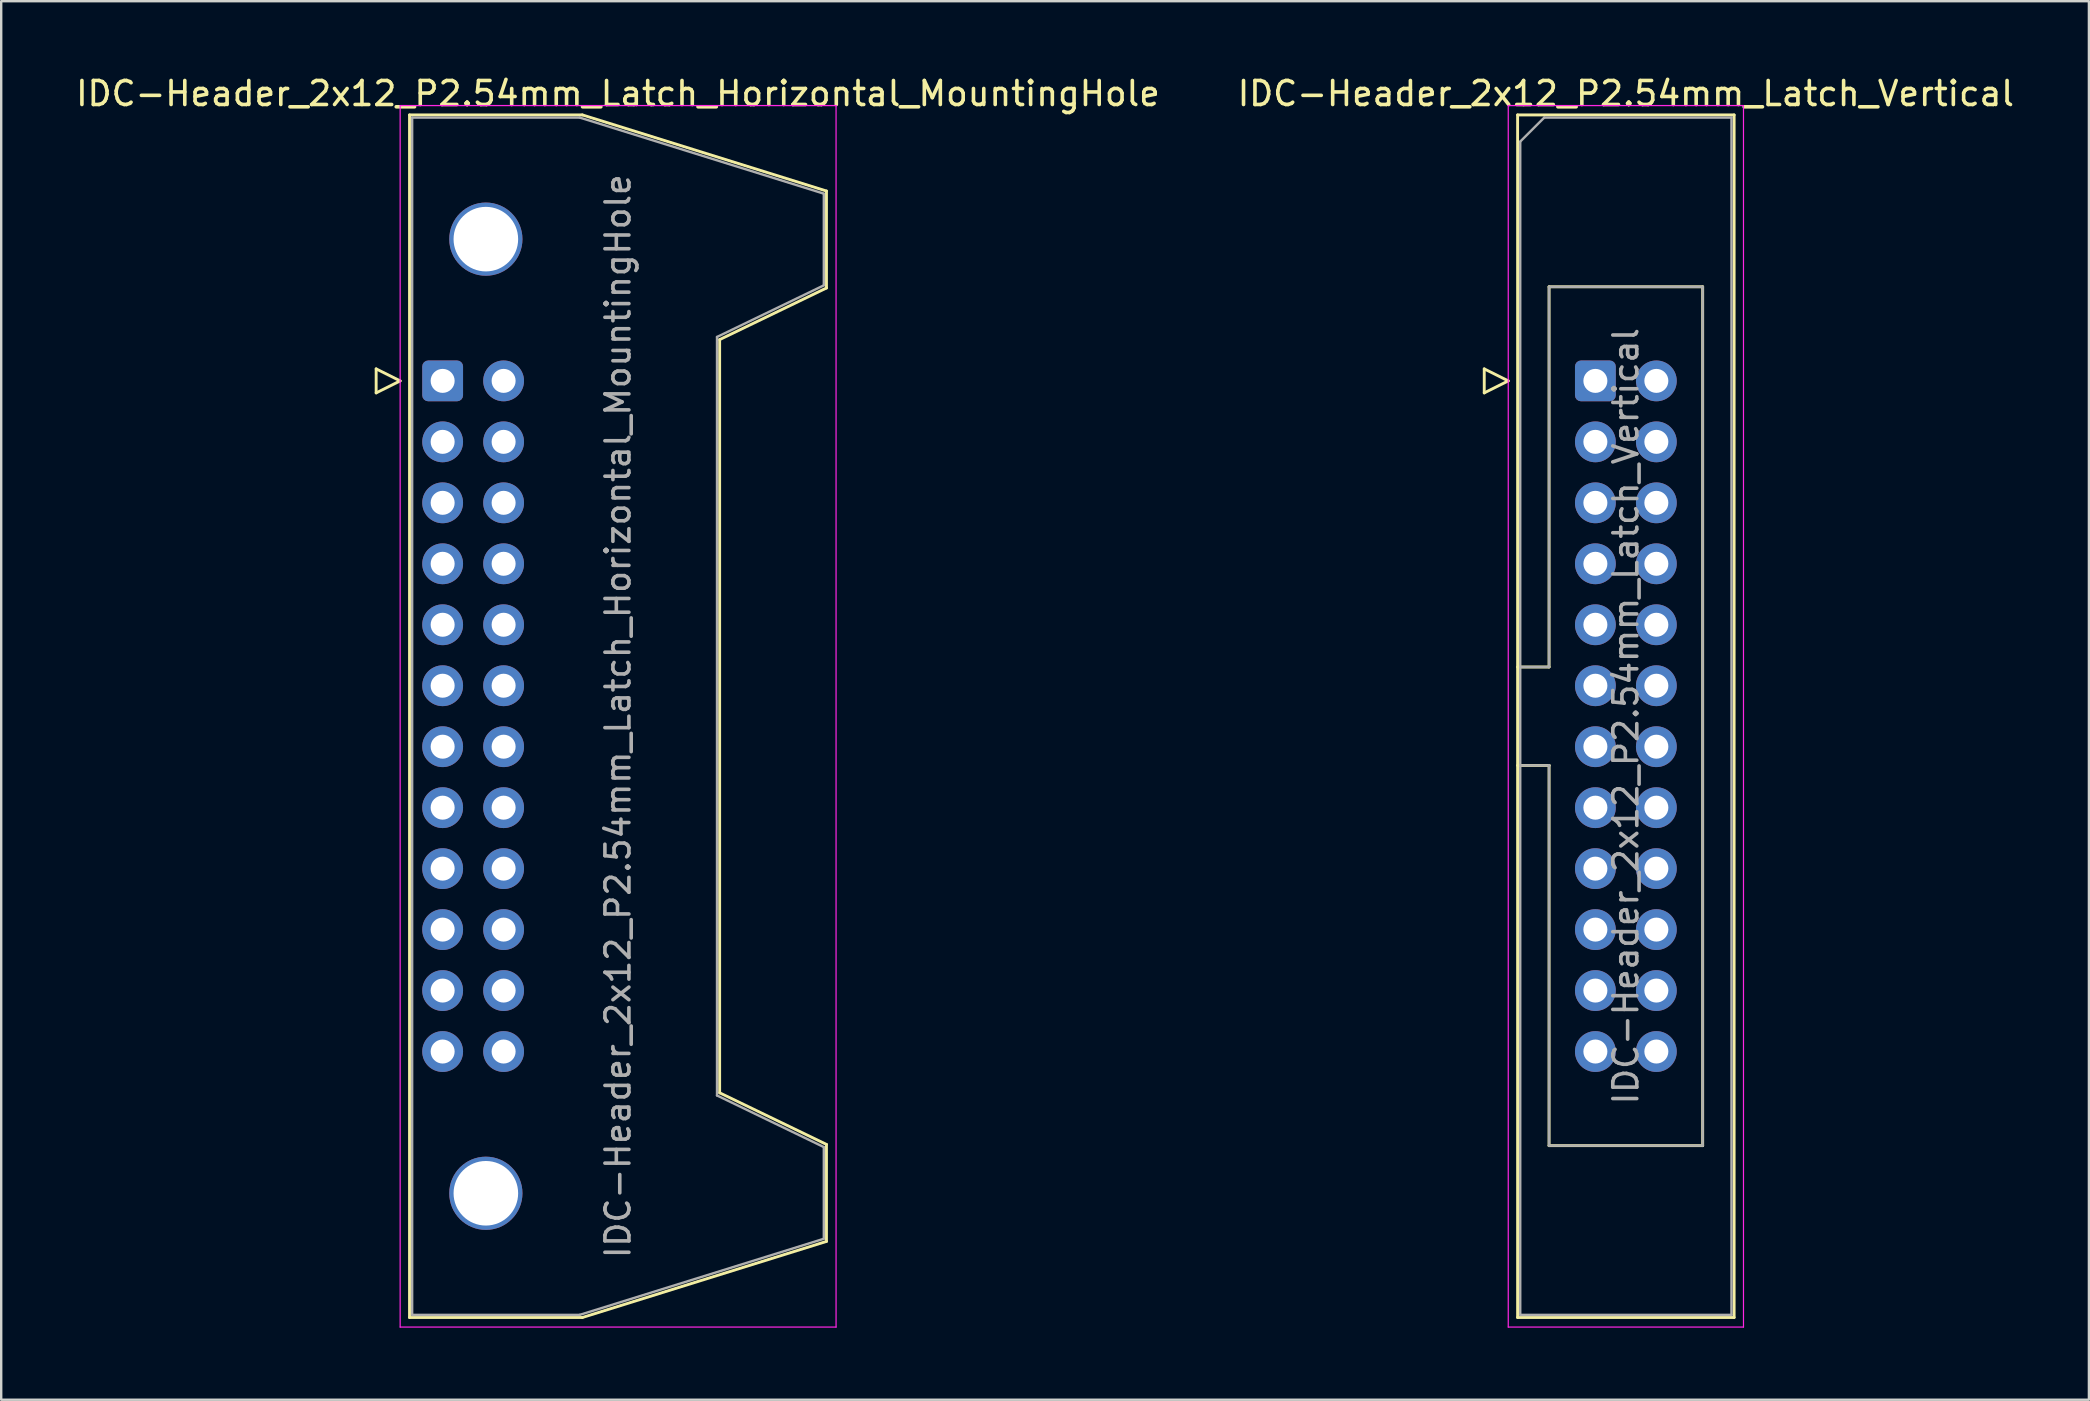
<source format=kicad_pcb>
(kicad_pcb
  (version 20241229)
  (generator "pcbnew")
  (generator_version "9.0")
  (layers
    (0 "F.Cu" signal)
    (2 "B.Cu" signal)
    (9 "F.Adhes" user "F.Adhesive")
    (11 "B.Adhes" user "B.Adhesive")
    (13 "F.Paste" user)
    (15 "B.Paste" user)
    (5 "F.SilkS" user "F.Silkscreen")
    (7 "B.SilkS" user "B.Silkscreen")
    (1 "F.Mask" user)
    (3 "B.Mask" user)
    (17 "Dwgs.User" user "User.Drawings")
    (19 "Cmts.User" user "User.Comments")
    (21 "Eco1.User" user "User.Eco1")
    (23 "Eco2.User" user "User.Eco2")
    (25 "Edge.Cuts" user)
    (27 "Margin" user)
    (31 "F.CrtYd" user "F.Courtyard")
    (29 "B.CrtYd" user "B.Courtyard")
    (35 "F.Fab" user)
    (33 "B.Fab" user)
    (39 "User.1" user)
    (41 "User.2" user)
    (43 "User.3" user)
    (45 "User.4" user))
  (footprint "IDC-Header_2x12_P2.54mm_Latch_Horizontal_MountingHole"
    (layer "F.Cu")
    (at 15.391 12.818)
    (property "Reference" "IDC-Header_2x12_P2.54mm_Latch_Horizontal_MountingHole" (at 7.305 -11.97 0) (layer "F.SilkS") (effects (font (size 1 1) (thickness 0.15))))
    (attr through_hole)
    (fp_line (start -2.77 -0.5) (end -2.77 0.5) (stroke (width 0.12) (type solid)) (layer "F.SilkS"))
    (fp_line (start -2.77 0.5) (end -1.77 0) (stroke (width 0.12) (type solid)) (layer "F.SilkS"))
    (fp_line (start -1.77 0) (end -2.77 -0.5) (stroke (width 0.12) (type solid)) (layer "F.SilkS"))
    (fp_line (start -1.38 -11.08) (end 5.82 -11.08) (stroke (width 0.12) (type solid)) (layer "F.SilkS"))
    (fp_line (start -1.38 39.02) (end -1.38 -11.08) (stroke (width 0.12) (type solid)) (layer "F.SilkS"))
    (fp_line (start 5.82 -11.08) (end 15.99 -7.91) (stroke (width 0.12) (type solid)) (layer "F.SilkS"))
    (fp_line (start 5.82 39.02) (end -1.38 39.02) (stroke (width 0.12) (type solid)) (layer "F.SilkS"))
    (fp_line (start 11.54 -1.72) (end 11.54 29.66) (stroke (width 0.12) (type solid)) (layer "F.SilkS"))
    (fp_line (start 11.54 29.66) (end 15.99 31.81) (stroke (width 0.12) (type solid)) (layer "F.SilkS"))
    (fp_line (start 15.99 -7.91) (end 15.99 -3.87) (stroke (width 0.12) (type solid)) (layer "F.SilkS"))
    (fp_line (start 15.99 -3.87) (end 11.54 -1.72) (stroke (width 0.12) (type solid)) (layer "F.SilkS"))
    (fp_line (start 15.99 31.81) (end 15.99 35.85) (stroke (width 0.12) (type solid)) (layer "F.SilkS"))
    (fp_line (start 15.99 35.85) (end 5.82 39.02) (stroke (width 0.12) (type solid)) (layer "F.SilkS"))
    (fp_line (start -1.77 -11.47) (end -1.77 39.42) (stroke (width 0.05) (type solid)) (layer "F.CrtYd"))
    (fp_line (start -1.77 39.42) (end 16.39 39.42) (stroke (width 0.05) (type solid)) (layer "F.CrtYd"))
    (fp_line (start 16.39 -11.47) (end -1.77 -11.47) (stroke (width 0.05) (type solid)) (layer "F.CrtYd"))
    (fp_line (start 16.39 39.42) (end 16.39 -11.47) (stroke (width 0.05) (type solid)) (layer "F.CrtYd"))
    (fp_line (start -1.27 -10.97) (end 5.71 -10.97) (stroke (width 0.1) (type solid)) (layer "F.Fab"))
    (fp_line (start -1.27 38.91) (end -1.27 -10.97) (stroke (width 0.1) (type solid)) (layer "F.Fab"))
    (fp_line (start 5.71 -10.97) (end 15.88 -7.8) (stroke (width 0.1) (type solid)) (layer "F.Fab"))
    (fp_line (start 5.71 38.91) (end -1.27 38.91) (stroke (width 0.1) (type solid)) (layer "F.Fab"))
    (fp_line (start 11.43 -1.83) (end 11.43 29.77) (stroke (width 0.1) (type solid)) (layer "F.Fab"))
    (fp_line (start 11.43 29.77) (end 15.88 31.92) (stroke (width 0.1) (type solid)) (layer "F.Fab"))
    (fp_line (start 15.88 -7.8) (end 15.88 -3.98) (stroke (width 0.1) (type solid)) (layer "F.Fab"))
    (fp_line (start 15.88 -3.98) (end 11.43 -1.83) (stroke (width 0.1) (type solid)) (layer "F.Fab"))
    (fp_line (start 15.88 31.92) (end 15.88 35.74) (stroke (width 0.1) (type solid)) (layer "F.Fab"))
    (fp_line (start 15.88 35.74) (end 5.71 38.91) (stroke (width 0.1) (type solid)) (layer "F.Fab"))
    (fp_text user "${REFERENCE}" (at 7.305 13.97 90) (layer "F.Fab") (effects (font (size 1 1) (thickness 0.15))))
    (pad "" thru_hole circle (at 1.8 -5.905) (size 3.05 3.05) (drill 2.69) (layers "*.Cu" "*.Mask"))
    (pad "" thru_hole circle (at 1.8 33.845) (size 3.05 3.05) (drill 2.69) (layers "*.Cu" "*.Mask"))
    (pad "1" thru_hole roundrect (at 0 0) (size 1.7 1.7) (drill 1) (layers "*.Cu" "*.Mask") (roundrect_rratio 0.147))
    (pad "2" thru_hole circle (at 2.54 0) (size 1.7 1.7) (drill 1) (layers "*.Cu" "*.Mask"))
    (pad "3" thru_hole circle (at 0 2.54) (size 1.7 1.7) (drill 1) (layers "*.Cu" "*.Mask"))
    (pad "4" thru_hole circle (at 2.54 2.54) (size 1.7 1.7) (drill 1) (layers "*.Cu" "*.Mask"))
    (pad "5" thru_hole circle (at 0 5.08) (size 1.7 1.7) (drill 1) (layers "*.Cu" "*.Mask"))
    (pad "6" thru_hole circle (at 2.54 5.08) (size 1.7 1.7) (drill 1) (layers "*.Cu" "*.Mask"))
    (pad "7" thru_hole circle (at 0 7.62) (size 1.7 1.7) (drill 1) (layers "*.Cu" "*.Mask"))
    (pad "8" thru_hole circle (at 2.54 7.62) (size 1.7 1.7) (drill 1) (layers "*.Cu" "*.Mask"))
    (pad "9" thru_hole circle (at 0 10.16) (size 1.7 1.7) (drill 1) (layers "*.Cu" "*.Mask"))
    (pad "10" thru_hole circle (at 2.54 10.16) (size 1.7 1.7) (drill 1) (layers "*.Cu" "*.Mask"))
    (pad "11" thru_hole circle (at 0 12.7) (size 1.7 1.7) (drill 1) (layers "*.Cu" "*.Mask"))
    (pad "12" thru_hole circle (at 2.54 12.7) (size 1.7 1.7) (drill 1) (layers "*.Cu" "*.Mask"))
    (pad "13" thru_hole circle (at 0 15.24) (size 1.7 1.7) (drill 1) (layers "*.Cu" "*.Mask"))
    (pad "14" thru_hole circle (at 2.54 15.24) (size 1.7 1.7) (drill 1) (layers "*.Cu" "*.Mask"))
    (pad "15" thru_hole circle (at 0 17.78) (size 1.7 1.7) (drill 1) (layers "*.Cu" "*.Mask"))
    (pad "16" thru_hole circle (at 2.54 17.78) (size 1.7 1.7) (drill 1) (layers "*.Cu" "*.Mask"))
    (pad "17" thru_hole circle (at 0 20.32) (size 1.7 1.7) (drill 1) (layers "*.Cu" "*.Mask"))
    (pad "18" thru_hole circle (at 2.54 20.32) (size 1.7 1.7) (drill 1) (layers "*.Cu" "*.Mask"))
    (pad "19" thru_hole circle (at 0 22.86) (size 1.7 1.7) (drill 1) (layers "*.Cu" "*.Mask"))
    (pad "20" thru_hole circle (at 2.54 22.86) (size 1.7 1.7) (drill 1) (layers "*.Cu" "*.Mask"))
    (pad "21" thru_hole circle (at 0 25.4) (size 1.7 1.7) (drill 1) (layers "*.Cu" "*.Mask"))
    (pad "22" thru_hole circle (at 2.54 25.4) (size 1.7 1.7) (drill 1) (layers "*.Cu" "*.Mask"))
    (pad "23" thru_hole circle (at 0 27.94) (size 1.7 1.7) (drill 1) (layers "*.Cu" "*.Mask"))
    (pad "24" thru_hole circle (at 2.54 27.94) (size 1.7 1.7) (drill 1) (layers "*.Cu" "*.Mask")))
  (footprint "IDC-Header_2x12_P2.54mm_Latch_Vertical"
    (layer "F.Cu")
    (at 63.415 12.818)
    (property "Reference" "IDC-Header_2x12_P2.54mm_Latch_Vertical" (at 1.27 -11.97 0) (layer "F.SilkS") (effects (font (size 1 1) (thickness 0.15))))
    (attr through_hole)
    (fp_line (start -4.63 -0.5) (end -4.63 0.5) (stroke (width 0.12) (type solid)) (layer "F.SilkS"))
    (fp_line (start -4.63 0.5) (end -3.63 0) (stroke (width 0.12) (type solid)) (layer "F.SilkS"))
    (fp_line (start -3.63 0) (end -4.63 -0.5) (stroke (width 0.12) (type solid)) (layer "F.SilkS"))
    (fp_line (start -3.24 -11.08) (end 5.78 -11.08) (stroke (width 0.12) (type solid)) (layer "F.SilkS"))
    (fp_line (start -3.24 11.92) (end -1.93 11.92) (stroke (width 0.12) (type solid)) (layer "F.SilkS"))
    (fp_line (start -3.24 39.02) (end -3.24 -11.08) (stroke (width 0.12) (type solid)) (layer "F.SilkS"))
    (fp_line (start -1.93 -3.92) (end 4.47 -3.92) (stroke (width 0.12) (type solid)) (layer "F.SilkS"))
    (fp_line (start -1.93 11.92) (end -1.93 -3.92) (stroke (width 0.12) (type solid)) (layer "F.SilkS"))
    (fp_line (start -1.93 16.02) (end -3.24 16.02) (stroke (width 0.12) (type solid)) (layer "F.SilkS"))
    (fp_line (start -1.93 16.02) (end -1.93 16.02) (stroke (width 0.12) (type solid)) (layer "F.SilkS"))
    (fp_line (start -1.93 31.86) (end -1.93 16.02) (stroke (width 0.12) (type solid)) (layer "F.SilkS"))
    (fp_line (start 4.47 -3.92) (end 4.47 31.86) (stroke (width 0.12) (type solid)) (layer "F.SilkS"))
    (fp_line (start 4.47 31.86) (end -1.93 31.86) (stroke (width 0.12) (type solid)) (layer "F.SilkS"))
    (fp_line (start 5.78 -11.08) (end 5.78 39.02) (stroke (width 0.12) (type solid)) (layer "F.SilkS"))
    (fp_line (start 5.78 39.02) (end -3.24 39.02) (stroke (width 0.12) (type solid)) (layer "F.SilkS"))
    (fp_line (start -3.63 -11.47) (end -3.63 39.42) (stroke (width 0.05) (type solid)) (layer "F.CrtYd"))
    (fp_line (start -3.63 39.42) (end 6.17 39.42) (stroke (width 0.05) (type solid)) (layer "F.CrtYd"))
    (fp_line (start 6.17 -11.47) (end -3.63 -11.47) (stroke (width 0.05) (type solid)) (layer "F.CrtYd"))
    (fp_line (start 6.17 39.42) (end 6.17 -11.47) (stroke (width 0.05) (type solid)) (layer "F.CrtYd"))
    (fp_line (start -3.13 -9.97) (end -2.13 -10.97) (stroke (width 0.1) (type solid)) (layer "F.Fab"))
    (fp_line (start -3.13 11.92) (end -1.93 11.92) (stroke (width 0.1) (type solid)) (layer "F.Fab"))
    (fp_line (start -3.13 38.91) (end -3.13 -9.97) (stroke (width 0.1) (type solid)) (layer "F.Fab"))
    (fp_line (start -2.13 -10.97) (end 5.67 -10.97) (stroke (width 0.1) (type solid)) (layer "F.Fab"))
    (fp_line (start -1.93 -3.92) (end 4.47 -3.92) (stroke (width 0.1) (type solid)) (layer "F.Fab"))
    (fp_line (start -1.93 11.92) (end -1.93 -3.92) (stroke (width 0.1) (type solid)) (layer "F.Fab"))
    (fp_line (start -1.93 16.02) (end -3.13 16.02) (stroke (width 0.1) (type solid)) (layer "F.Fab"))
    (fp_line (start -1.93 16.02) (end -1.93 16.02) (stroke (width 0.1) (type solid)) (layer "F.Fab"))
    (fp_line (start -1.93 31.86) (end -1.93 16.02) (stroke (width 0.1) (type solid)) (layer "F.Fab"))
    (fp_line (start 4.47 -3.92) (end 4.47 31.86) (stroke (width 0.1) (type solid)) (layer "F.Fab"))
    (fp_line (start 4.47 31.86) (end -1.93 31.86) (stroke (width 0.1) (type solid)) (layer "F.Fab"))
    (fp_line (start 5.67 -10.97) (end 5.67 38.91) (stroke (width 0.1) (type solid)) (layer "F.Fab"))
    (fp_line (start 5.67 38.91) (end -3.13 38.91) (stroke (width 0.1) (type solid)) (layer "F.Fab"))
    (fp_text user "${REFERENCE}" (at 1.27 13.97 90) (layer "F.Fab") (effects (font (size 1 1) (thickness 0.15))))
    (pad "1" thru_hole roundrect (at 0 0) (size 1.7 1.7) (drill 1) (layers "*.Cu" "*.Mask") (roundrect_rratio 0.147))
    (pad "2" thru_hole circle (at 2.54 0) (size 1.7 1.7) (drill 1) (layers "*.Cu" "*.Mask"))
    (pad "3" thru_hole circle (at 0 2.54) (size 1.7 1.7) (drill 1) (layers "*.Cu" "*.Mask"))
    (pad "4" thru_hole circle (at 2.54 2.54) (size 1.7 1.7) (drill 1) (layers "*.Cu" "*.Mask"))
    (pad "5" thru_hole circle (at 0 5.08) (size 1.7 1.7) (drill 1) (layers "*.Cu" "*.Mask"))
    (pad "6" thru_hole circle (at 2.54 5.08) (size 1.7 1.7) (drill 1) (layers "*.Cu" "*.Mask"))
    (pad "7" thru_hole circle (at 0 7.62) (size 1.7 1.7) (drill 1) (layers "*.Cu" "*.Mask"))
    (pad "8" thru_hole circle (at 2.54 7.62) (size 1.7 1.7) (drill 1) (layers "*.Cu" "*.Mask"))
    (pad "9" thru_hole circle (at 0 10.16) (size 1.7 1.7) (drill 1) (layers "*.Cu" "*.Mask"))
    (pad "10" thru_hole circle (at 2.54 10.16) (size 1.7 1.7) (drill 1) (layers "*.Cu" "*.Mask"))
    (pad "11" thru_hole circle (at 0 12.7) (size 1.7 1.7) (drill 1) (layers "*.Cu" "*.Mask"))
    (pad "12" thru_hole circle (at 2.54 12.7) (size 1.7 1.7) (drill 1) (layers "*.Cu" "*.Mask"))
    (pad "13" thru_hole circle (at 0 15.24) (size 1.7 1.7) (drill 1) (layers "*.Cu" "*.Mask"))
    (pad "14" thru_hole circle (at 2.54 15.24) (size 1.7 1.7) (drill 1) (layers "*.Cu" "*.Mask"))
    (pad "15" thru_hole circle (at 0 17.78) (size 1.7 1.7) (drill 1) (layers "*.Cu" "*.Mask"))
    (pad "16" thru_hole circle (at 2.54 17.78) (size 1.7 1.7) (drill 1) (layers "*.Cu" "*.Mask"))
    (pad "17" thru_hole circle (at 0 20.32) (size 1.7 1.7) (drill 1) (layers "*.Cu" "*.Mask"))
    (pad "18" thru_hole circle (at 2.54 20.32) (size 1.7 1.7) (drill 1) (layers "*.Cu" "*.Mask"))
    (pad "19" thru_hole circle (at 0 22.86) (size 1.7 1.7) (drill 1) (layers "*.Cu" "*.Mask"))
    (pad "20" thru_hole circle (at 2.54 22.86) (size 1.7 1.7) (drill 1) (layers "*.Cu" "*.Mask"))
    (pad "21" thru_hole circle (at 0 25.4) (size 1.7 1.7) (drill 1) (layers "*.Cu" "*.Mask"))
    (pad "22" thru_hole circle (at 2.54 25.4) (size 1.7 1.7) (drill 1) (layers "*.Cu" "*.Mask"))
    (pad "23" thru_hole circle (at 0 27.94) (size 1.7 1.7) (drill 1) (layers "*.Cu" "*.Mask"))
    (pad "24" thru_hole circle (at 2.54 27.94) (size 1.7 1.7) (drill 1) (layers "*.Cu" "*.Mask")))
  (gr_rect
    (start -3 -3)
    (end 83.976 55.263)
    (stroke (width 0.1) (type default))
    (fill no)
    (layer "Edge.Cuts")))
</source>
